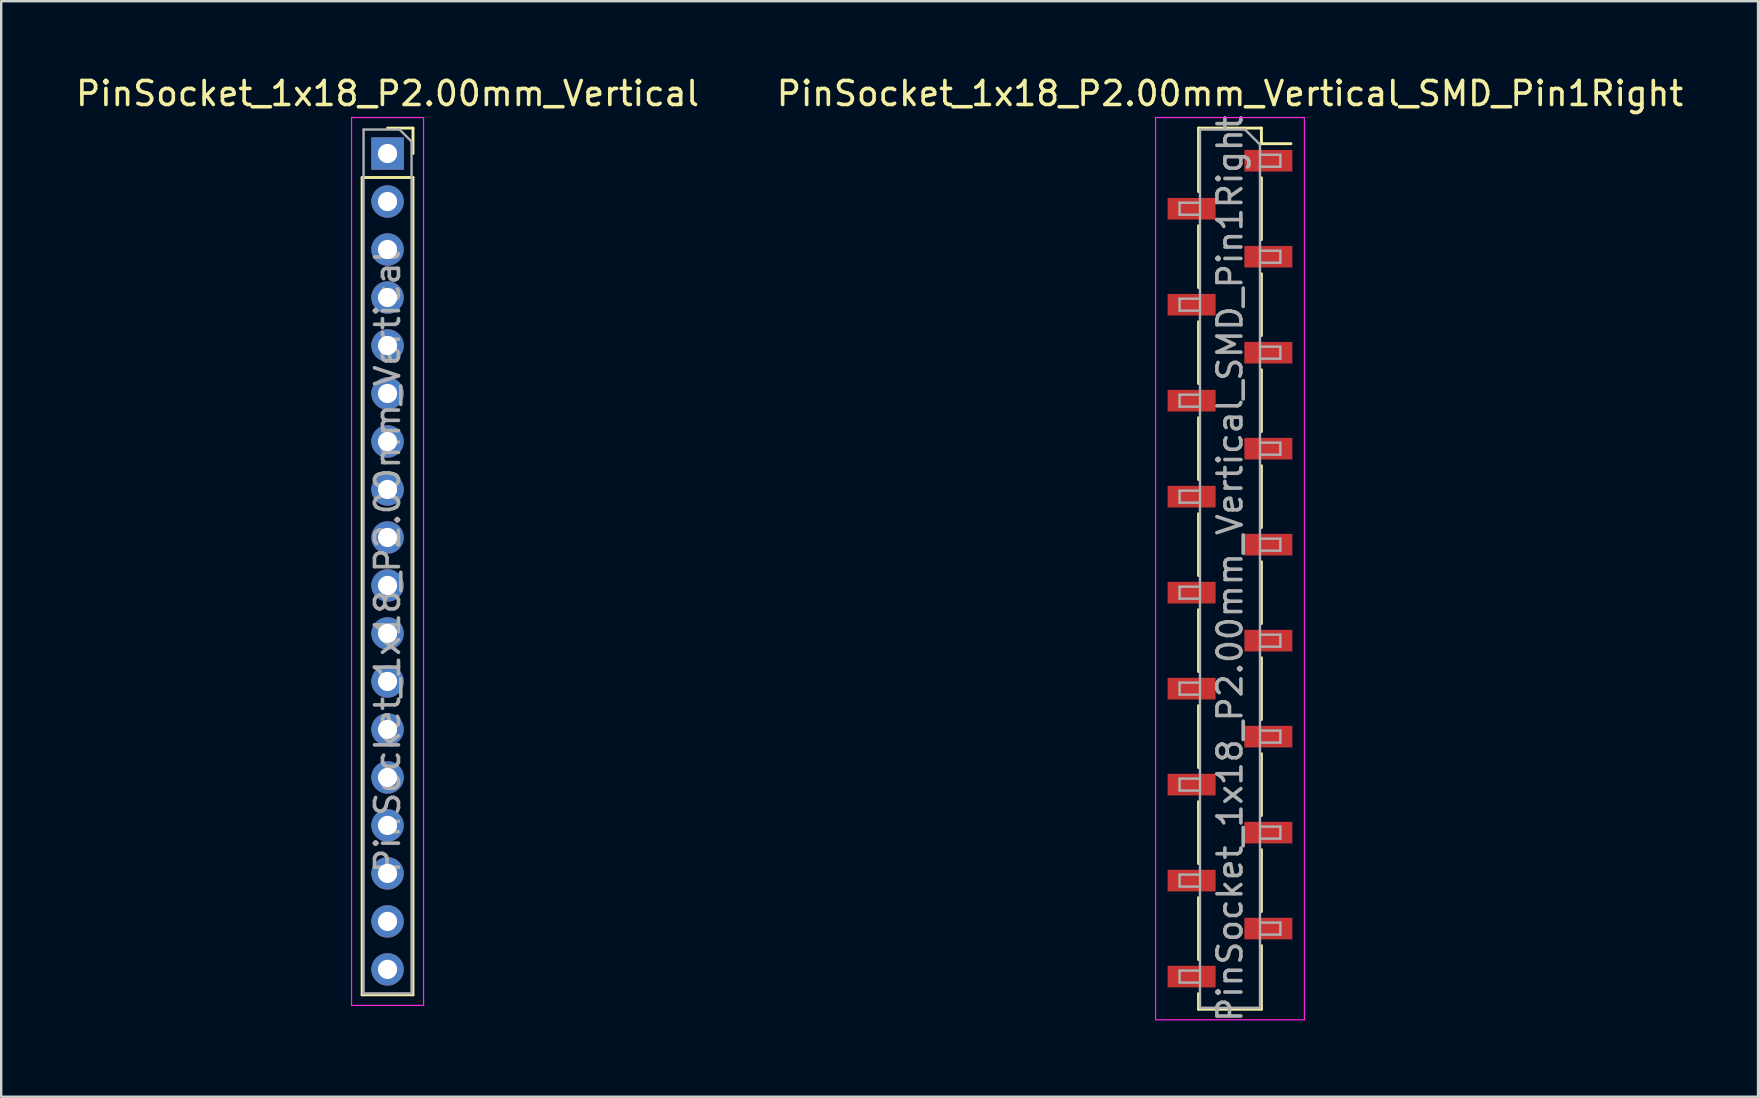
<source format=kicad_pcb>
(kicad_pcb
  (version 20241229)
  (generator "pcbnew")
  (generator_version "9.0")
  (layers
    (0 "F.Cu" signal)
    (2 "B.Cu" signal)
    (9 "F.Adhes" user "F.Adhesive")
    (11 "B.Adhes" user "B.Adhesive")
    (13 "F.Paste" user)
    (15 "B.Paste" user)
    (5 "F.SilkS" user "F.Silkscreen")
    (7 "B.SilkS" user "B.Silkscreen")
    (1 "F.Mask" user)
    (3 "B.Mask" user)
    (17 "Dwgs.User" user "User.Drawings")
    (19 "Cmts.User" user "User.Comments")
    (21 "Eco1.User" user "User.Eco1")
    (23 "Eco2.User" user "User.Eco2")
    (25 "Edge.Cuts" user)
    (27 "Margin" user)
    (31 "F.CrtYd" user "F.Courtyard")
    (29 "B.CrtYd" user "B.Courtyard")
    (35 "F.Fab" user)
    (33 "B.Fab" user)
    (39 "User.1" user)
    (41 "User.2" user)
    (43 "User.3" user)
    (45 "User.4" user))
  (footprint "PinSocket_1x18_P2.00mm_Vertical_SMD_Pin1Right"
    (layer "F.Cu")
    (at 48.208 20.648)
    (property "Reference" "PinSocket_1x18_P2.00mm_Vertical_SMD_Pin1Right" (at 0 -19.8 0) (layer "F.SilkS") (effects (font (size 1 1) (thickness 0.15))))
    (attr smd)
    (fp_line (start -1.31 -18.36) (end -1.31 -15.71) (stroke (width 0.12) (type solid)) (layer "F.SilkS"))
    (fp_line (start -1.31 -18.36) (end 1.31 -18.36) (stroke (width 0.12) (type solid)) (layer "F.SilkS"))
    (fp_line (start -1.31 -14.29) (end -1.31 -11.71) (stroke (width 0.12) (type solid)) (layer "F.SilkS"))
    (fp_line (start -1.31 -10.29) (end -1.31 -7.71) (stroke (width 0.12) (type solid)) (layer "F.SilkS"))
    (fp_line (start -1.31 -6.29) (end -1.31 -3.71) (stroke (width 0.12) (type solid)) (layer "F.SilkS"))
    (fp_line (start -1.31 -2.29) (end -1.31 0.29) (stroke (width 0.12) (type solid)) (layer "F.SilkS"))
    (fp_line (start -1.31 1.71) (end -1.31 4.29) (stroke (width 0.12) (type solid)) (layer "F.SilkS"))
    (fp_line (start -1.31 5.71) (end -1.31 8.29) (stroke (width 0.12) (type solid)) (layer "F.SilkS"))
    (fp_line (start -1.31 9.71) (end -1.31 12.29) (stroke (width 0.12) (type solid)) (layer "F.SilkS"))
    (fp_line (start -1.31 13.71) (end -1.31 16.29) (stroke (width 0.12) (type solid)) (layer "F.SilkS"))
    (fp_line (start -1.31 17.71) (end -1.31 18.36) (stroke (width 0.12) (type solid)) (layer "F.SilkS"))
    (fp_line (start -1.31 18.36) (end 1.31 18.36) (stroke (width 0.12) (type solid)) (layer "F.SilkS"))
    (fp_line (start 1.31 -18.36) (end 1.31 -17.71) (stroke (width 0.12) (type solid)) (layer "F.SilkS"))
    (fp_line (start 1.31 -17.71) (end 2.54 -17.71) (stroke (width 0.12) (type solid)) (layer "F.SilkS"))
    (fp_line (start 1.31 -16.29) (end 1.31 -13.71) (stroke (width 0.12) (type solid)) (layer "F.SilkS"))
    (fp_line (start 1.31 -12.29) (end 1.31 -9.71) (stroke (width 0.12) (type solid)) (layer "F.SilkS"))
    (fp_line (start 1.31 -8.29) (end 1.31 -5.71) (stroke (width 0.12) (type solid)) (layer "F.SilkS"))
    (fp_line (start 1.31 -4.29) (end 1.31 -1.71) (stroke (width 0.12) (type solid)) (layer "F.SilkS"))
    (fp_line (start 1.31 -0.29) (end 1.31 2.29) (stroke (width 0.12) (type solid)) (layer "F.SilkS"))
    (fp_line (start 1.31 3.71) (end 1.31 6.29) (stroke (width 0.12) (type solid)) (layer "F.SilkS"))
    (fp_line (start 1.31 7.71) (end 1.31 10.29) (stroke (width 0.12) (type solid)) (layer "F.SilkS"))
    (fp_line (start 1.31 11.71) (end 1.31 14.29) (stroke (width 0.12) (type solid)) (layer "F.SilkS"))
    (fp_line (start 1.31 15.71) (end 1.31 18.36) (stroke (width 0.12) (type solid)) (layer "F.SilkS"))
    (fp_line (start -3.1 -18.8) (end 3.1 -18.8) (stroke (width 0.05) (type solid)) (layer "F.CrtYd"))
    (fp_line (start -3.1 18.8) (end -3.1 -18.8) (stroke (width 0.05) (type solid)) (layer "F.CrtYd"))
    (fp_line (start 3.1 -18.8) (end 3.1 18.8) (stroke (width 0.05) (type solid)) (layer "F.CrtYd"))
    (fp_line (start 3.1 18.8) (end -3.1 18.8) (stroke (width 0.05) (type solid)) (layer "F.CrtYd"))
    (fp_line (start -2.1 -15.25) (end -1.25 -15.25) (stroke (width 0.1) (type solid)) (layer "F.Fab"))
    (fp_line (start -2.1 -14.75) (end -2.1 -15.25) (stroke (width 0.1) (type solid)) (layer "F.Fab"))
    (fp_line (start -2.1 -11.25) (end -1.25 -11.25) (stroke (width 0.1) (type solid)) (layer "F.Fab"))
    (fp_line (start -2.1 -10.75) (end -2.1 -11.25) (stroke (width 0.1) (type solid)) (layer "F.Fab"))
    (fp_line (start -2.1 -7.25) (end -1.25 -7.25) (stroke (width 0.1) (type solid)) (layer "F.Fab"))
    (fp_line (start -2.1 -6.75) (end -2.1 -7.25) (stroke (width 0.1) (type solid)) (layer "F.Fab"))
    (fp_line (start -2.1 -3.25) (end -1.25 -3.25) (stroke (width 0.1) (type solid)) (layer "F.Fab"))
    (fp_line (start -2.1 -2.75) (end -2.1 -3.25) (stroke (width 0.1) (type solid)) (layer "F.Fab"))
    (fp_line (start -2.1 0.75) (end -1.25 0.75) (stroke (width 0.1) (type solid)) (layer "F.Fab"))
    (fp_line (start -2.1 1.25) (end -2.1 0.75) (stroke (width 0.1) (type solid)) (layer "F.Fab"))
    (fp_line (start -2.1 4.75) (end -1.25 4.75) (stroke (width 0.1) (type solid)) (layer "F.Fab"))
    (fp_line (start -2.1 5.25) (end -2.1 4.75) (stroke (width 0.1) (type solid)) (layer "F.Fab"))
    (fp_line (start -2.1 8.75) (end -1.25 8.75) (stroke (width 0.1) (type solid)) (layer "F.Fab"))
    (fp_line (start -2.1 9.25) (end -2.1 8.75) (stroke (width 0.1) (type solid)) (layer "F.Fab"))
    (fp_line (start -2.1 12.75) (end -1.25 12.75) (stroke (width 0.1) (type solid)) (layer "F.Fab"))
    (fp_line (start -2.1 13.25) (end -2.1 12.75) (stroke (width 0.1) (type solid)) (layer "F.Fab"))
    (fp_line (start -2.1 16.75) (end -1.25 16.75) (stroke (width 0.1) (type solid)) (layer "F.Fab"))
    (fp_line (start -2.1 17.25) (end -2.1 16.75) (stroke (width 0.1) (type solid)) (layer "F.Fab"))
    (fp_line (start -1.25 -18.3) (end 0.625 -18.3) (stroke (width 0.1) (type solid)) (layer "F.Fab"))
    (fp_line (start -1.25 -14.75) (end -2.1 -14.75) (stroke (width 0.1) (type solid)) (layer "F.Fab"))
    (fp_line (start -1.25 -10.75) (end -2.1 -10.75) (stroke (width 0.1) (type solid)) (layer "F.Fab"))
    (fp_line (start -1.25 -6.75) (end -2.1 -6.75) (stroke (width 0.1) (type solid)) (layer "F.Fab"))
    (fp_line (start -1.25 -2.75) (end -2.1 -2.75) (stroke (width 0.1) (type solid)) (layer "F.Fab"))
    (fp_line (start -1.25 1.25) (end -2.1 1.25) (stroke (width 0.1) (type solid)) (layer "F.Fab"))
    (fp_line (start -1.25 5.25) (end -2.1 5.25) (stroke (width 0.1) (type solid)) (layer "F.Fab"))
    (fp_line (start -1.25 9.25) (end -2.1 9.25) (stroke (width 0.1) (type solid)) (layer "F.Fab"))
    (fp_line (start -1.25 13.25) (end -2.1 13.25) (stroke (width 0.1) (type solid)) (layer "F.Fab"))
    (fp_line (start -1.25 17.25) (end -2.1 17.25) (stroke (width 0.1) (type solid)) (layer "F.Fab"))
    (fp_line (start -1.25 18.3) (end -1.25 -18.3) (stroke (width 0.1) (type solid)) (layer "F.Fab"))
    (fp_line (start 0.625 -18.3) (end 1.25 -17.675) (stroke (width 0.1) (type solid)) (layer "F.Fab"))
    (fp_line (start 1.25 -17.675) (end 1.25 18.3) (stroke (width 0.1) (type solid)) (layer "F.Fab"))
    (fp_line (start 1.25 -17.25) (end 2.1 -17.25) (stroke (width 0.1) (type solid)) (layer "F.Fab"))
    (fp_line (start 1.25 -13.25) (end 2.1 -13.25) (stroke (width 0.1) (type solid)) (layer "F.Fab"))
    (fp_line (start 1.25 -9.25) (end 2.1 -9.25) (stroke (width 0.1) (type solid)) (layer "F.Fab"))
    (fp_line (start 1.25 -5.25) (end 2.1 -5.25) (stroke (width 0.1) (type solid)) (layer "F.Fab"))
    (fp_line (start 1.25 -1.25) (end 2.1 -1.25) (stroke (width 0.1) (type solid)) (layer "F.Fab"))
    (fp_line (start 1.25 2.75) (end 2.1 2.75) (stroke (width 0.1) (type solid)) (layer "F.Fab"))
    (fp_line (start 1.25 6.75) (end 2.1 6.75) (stroke (width 0.1) (type solid)) (layer "F.Fab"))
    (fp_line (start 1.25 10.75) (end 2.1 10.75) (stroke (width 0.1) (type solid)) (layer "F.Fab"))
    (fp_line (start 1.25 14.75) (end 2.1 14.75) (stroke (width 0.1) (type solid)) (layer "F.Fab"))
    (fp_line (start 1.25 18.3) (end -1.25 18.3) (stroke (width 0.1) (type solid)) (layer "F.Fab"))
    (fp_line (start 2.1 -17.25) (end 2.1 -16.75) (stroke (width 0.1) (type solid)) (layer "F.Fab"))
    (fp_line (start 2.1 -16.75) (end 1.25 -16.75) (stroke (width 0.1) (type solid)) (layer "F.Fab"))
    (fp_line (start 2.1 -13.25) (end 2.1 -12.75) (stroke (width 0.1) (type solid)) (layer "F.Fab"))
    (fp_line (start 2.1 -12.75) (end 1.25 -12.75) (stroke (width 0.1) (type solid)) (layer "F.Fab"))
    (fp_line (start 2.1 -9.25) (end 2.1 -8.75) (stroke (width 0.1) (type solid)) (layer "F.Fab"))
    (fp_line (start 2.1 -8.75) (end 1.25 -8.75) (stroke (width 0.1) (type solid)) (layer "F.Fab"))
    (fp_line (start 2.1 -5.25) (end 2.1 -4.75) (stroke (width 0.1) (type solid)) (layer "F.Fab"))
    (fp_line (start 2.1 -4.75) (end 1.25 -4.75) (stroke (width 0.1) (type solid)) (layer "F.Fab"))
    (fp_line (start 2.1 -1.25) (end 2.1 -0.75) (stroke (width 0.1) (type solid)) (layer "F.Fab"))
    (fp_line (start 2.1 -0.75) (end 1.25 -0.75) (stroke (width 0.1) (type solid)) (layer "F.Fab"))
    (fp_line (start 2.1 2.75) (end 2.1 3.25) (stroke (width 0.1) (type solid)) (layer "F.Fab"))
    (fp_line (start 2.1 3.25) (end 1.25 3.25) (stroke (width 0.1) (type solid)) (layer "F.Fab"))
    (fp_line (start 2.1 6.75) (end 2.1 7.25) (stroke (width 0.1) (type solid)) (layer "F.Fab"))
    (fp_line (start 2.1 7.25) (end 1.25 7.25) (stroke (width 0.1) (type solid)) (layer "F.Fab"))
    (fp_line (start 2.1 10.75) (end 2.1 11.25) (stroke (width 0.1) (type solid)) (layer "F.Fab"))
    (fp_line (start 2.1 11.25) (end 1.25 11.25) (stroke (width 0.1) (type solid)) (layer "F.Fab"))
    (fp_line (start 2.1 14.75) (end 2.1 15.25) (stroke (width 0.1) (type solid)) (layer "F.Fab"))
    (fp_line (start 2.1 15.25) (end 1.25 15.25) (stroke (width 0.1) (type solid)) (layer "F.Fab"))
    (fp_text user "${REFERENCE}" (at 0 0 90) (layer "F.Fab") (effects (font (size 1 1) (thickness 0.15))))
    (pad "1" smd rect (at 1.6 -17) (size 2 0.9) (layers "F.Cu" "F.Mask" "F.Paste"))
    (pad "2" smd rect (at -1.6 -15) (size 2 0.9) (layers "F.Cu" "F.Mask" "F.Paste"))
    (pad "3" smd rect (at 1.6 -13) (size 2 0.9) (layers "F.Cu" "F.Mask" "F.Paste"))
    (pad "4" smd rect (at -1.6 -11) (size 2 0.9) (layers "F.Cu" "F.Mask" "F.Paste"))
    (pad "5" smd rect (at 1.6 -9) (size 2 0.9) (layers "F.Cu" "F.Mask" "F.Paste"))
    (pad "6" smd rect (at -1.6 -7) (size 2 0.9) (layers "F.Cu" "F.Mask" "F.Paste"))
    (pad "7" smd rect (at 1.6 -5) (size 2 0.9) (layers "F.Cu" "F.Mask" "F.Paste"))
    (pad "8" smd rect (at -1.6 -3) (size 2 0.9) (layers "F.Cu" "F.Mask" "F.Paste"))
    (pad "9" smd rect (at 1.6 -1) (size 2 0.9) (layers "F.Cu" "F.Mask" "F.Paste"))
    (pad "10" smd rect (at -1.6 1) (size 2 0.9) (layers "F.Cu" "F.Mask" "F.Paste"))
    (pad "11" smd rect (at 1.6 3) (size 2 0.9) (layers "F.Cu" "F.Mask" "F.Paste"))
    (pad "12" smd rect (at -1.6 5) (size 2 0.9) (layers "F.Cu" "F.Mask" "F.Paste"))
    (pad "13" smd rect (at 1.6 7) (size 2 0.9) (layers "F.Cu" "F.Mask" "F.Paste"))
    (pad "14" smd rect (at -1.6 9) (size 2 0.9) (layers "F.Cu" "F.Mask" "F.Paste"))
    (pad "15" smd rect (at 1.6 11) (size 2 0.9) (layers "F.Cu" "F.Mask" "F.Paste"))
    (pad "16" smd rect (at -1.6 13) (size 2 0.9) (layers "F.Cu" "F.Mask" "F.Paste"))
    (pad "17" smd rect (at 1.6 15) (size 2 0.9) (layers "F.Cu" "F.Mask" "F.Paste"))
    (pad "18" smd rect (at -1.6 17) (size 2 0.9) (layers "F.Cu" "F.Mask" "F.Paste")))
  (footprint "PinSocket_1x18_P2.00mm_Vertical"
    (layer "F.Cu")
    (at 13.101 3.348)
    (property "Reference" "PinSocket_1x18_P2.00mm_Vertical" (at 0 -2.5 0) (layer "F.SilkS") (effects (font (size 1 1) (thickness 0.15))))
    (attr through_hole)
    (fp_line (start -1.06 1) (end -1.06 35.06) (stroke (width 0.12) (type solid)) (layer "F.SilkS"))
    (fp_line (start -1.06 1) (end 1.06 1) (stroke (width 0.12) (type solid)) (layer "F.SilkS"))
    (fp_line (start -1.06 35.06) (end 1.06 35.06) (stroke (width 0.12) (type solid)) (layer "F.SilkS"))
    (fp_line (start 0 -1.06) (end 1.06 -1.06) (stroke (width 0.12) (type solid)) (layer "F.SilkS"))
    (fp_line (start 1.06 -1.06) (end 1.06 0) (stroke (width 0.12) (type solid)) (layer "F.SilkS"))
    (fp_line (start 1.06 1) (end 1.06 35.06) (stroke (width 0.12) (type solid)) (layer "F.SilkS"))
    (fp_line (start -1.5 -1.5) (end 1.5 -1.5) (stroke (width 0.05) (type solid)) (layer "F.CrtYd"))
    (fp_line (start -1.5 35.5) (end -1.5 -1.5) (stroke (width 0.05) (type solid)) (layer "F.CrtYd"))
    (fp_line (start 1.5 -1.5) (end 1.5 35.5) (stroke (width 0.05) (type solid)) (layer "F.CrtYd"))
    (fp_line (start 1.5 35.5) (end -1.5 35.5) (stroke (width 0.05) (type solid)) (layer "F.CrtYd"))
    (fp_line (start -1 -1) (end 0.5 -1) (stroke (width 0.1) (type solid)) (layer "F.Fab"))
    (fp_line (start -1 35) (end -1 -1) (stroke (width 0.1) (type solid)) (layer "F.Fab"))
    (fp_line (start 0.5 -1) (end 1 -0.5) (stroke (width 0.1) (type solid)) (layer "F.Fab"))
    (fp_line (start 1 -0.5) (end 1 35) (stroke (width 0.1) (type solid)) (layer "F.Fab"))
    (fp_line (start 1 35) (end -1 35) (stroke (width 0.1) (type solid)) (layer "F.Fab"))
    (fp_text user "${REFERENCE}" (at 0 17 90) (layer "F.Fab") (effects (font (size 1 1) (thickness 0.15))))
    (pad "1" thru_hole rect (at 0 0) (size 1.35 1.35) (drill 0.8) (layers "*.Cu" "*.Mask"))
    (pad "2" thru_hole oval (at 0 2) (size 1.35 1.35) (drill 0.8) (layers "*.Cu" "*.Mask"))
    (pad "3" thru_hole oval (at 0 4) (size 1.35 1.35) (drill 0.8) (layers "*.Cu" "*.Mask"))
    (pad "4" thru_hole oval (at 0 6) (size 1.35 1.35) (drill 0.8) (layers "*.Cu" "*.Mask"))
    (pad "5" thru_hole oval (at 0 8) (size 1.35 1.35) (drill 0.8) (layers "*.Cu" "*.Mask"))
    (pad "6" thru_hole oval (at 0 10) (size 1.35 1.35) (drill 0.8) (layers "*.Cu" "*.Mask"))
    (pad "7" thru_hole oval (at 0 12) (size 1.35 1.35) (drill 0.8) (layers "*.Cu" "*.Mask"))
    (pad "8" thru_hole oval (at 0 14) (size 1.35 1.35) (drill 0.8) (layers "*.Cu" "*.Mask"))
    (pad "9" thru_hole oval (at 0 16) (size 1.35 1.35) (drill 0.8) (layers "*.Cu" "*.Mask"))
    (pad "10" thru_hole oval (at 0 18) (size 1.35 1.35) (drill 0.8) (layers "*.Cu" "*.Mask"))
    (pad "11" thru_hole oval (at 0 20) (size 1.35 1.35) (drill 0.8) (layers "*.Cu" "*.Mask"))
    (pad "12" thru_hole oval (at 0 22) (size 1.35 1.35) (drill 0.8) (layers "*.Cu" "*.Mask"))
    (pad "13" thru_hole oval (at 0 24) (size 1.35 1.35) (drill 0.8) (layers "*.Cu" "*.Mask"))
    (pad "14" thru_hole oval (at 0 26) (size 1.35 1.35) (drill 0.8) (layers "*.Cu" "*.Mask"))
    (pad "15" thru_hole oval (at 0 28) (size 1.35 1.35) (drill 0.8) (layers "*.Cu" "*.Mask"))
    (pad "16" thru_hole oval (at 0 30) (size 1.35 1.35) (drill 0.8) (layers "*.Cu" "*.Mask"))
    (pad "17" thru_hole oval (at 0 32) (size 1.35 1.35) (drill 0.8) (layers "*.Cu" "*.Mask"))
    (pad "18" thru_hole oval (at 0 34) (size 1.35 1.35) (drill 0.8) (layers "*.Cu" "*.Mask")))
  (gr_rect
    (start -3 -3)
    (end 70.214 42.654)
    (stroke (width 0.1) (type default))
    (fill no)
    (layer "Edge.Cuts")))
</source>
